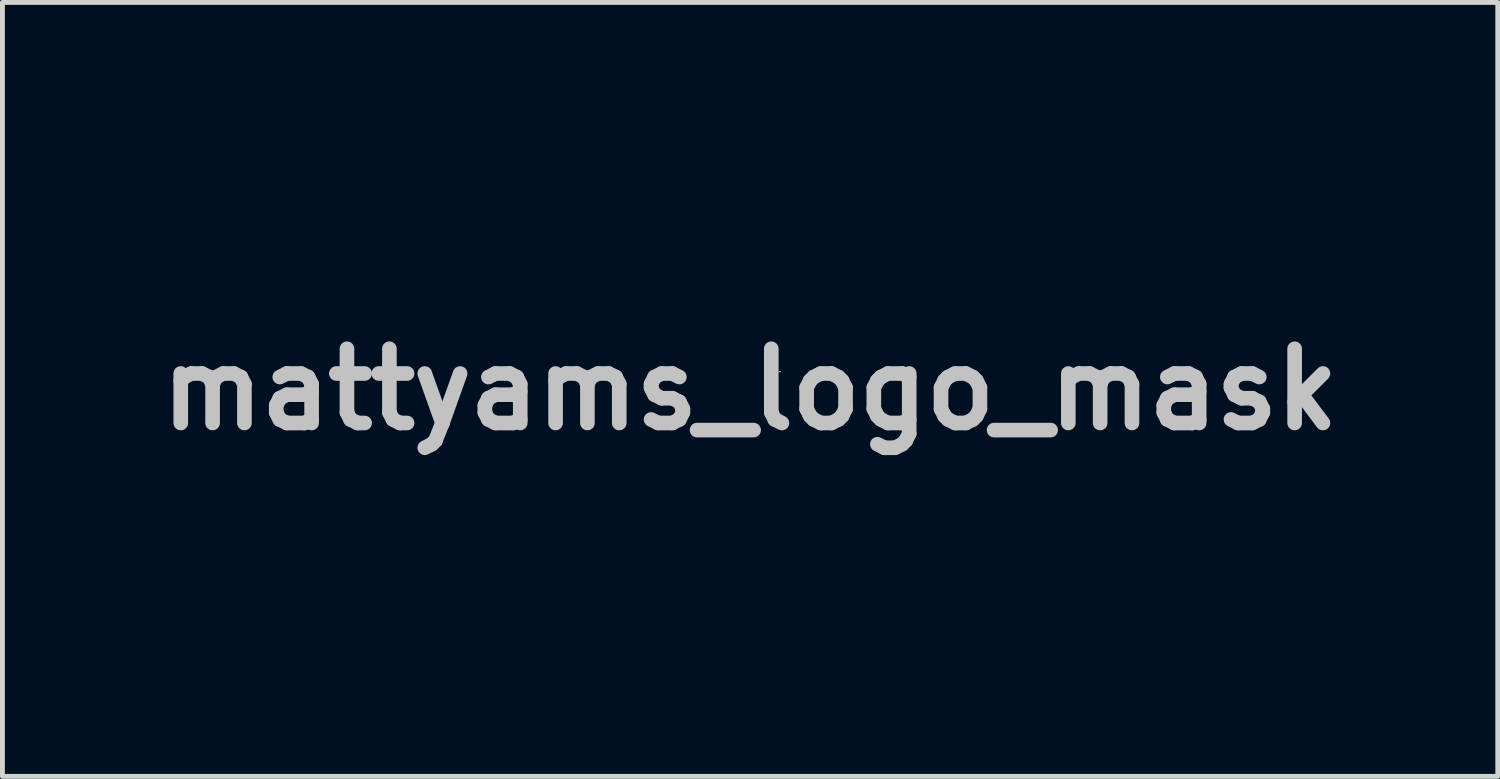
<source format=kicad_pcb>
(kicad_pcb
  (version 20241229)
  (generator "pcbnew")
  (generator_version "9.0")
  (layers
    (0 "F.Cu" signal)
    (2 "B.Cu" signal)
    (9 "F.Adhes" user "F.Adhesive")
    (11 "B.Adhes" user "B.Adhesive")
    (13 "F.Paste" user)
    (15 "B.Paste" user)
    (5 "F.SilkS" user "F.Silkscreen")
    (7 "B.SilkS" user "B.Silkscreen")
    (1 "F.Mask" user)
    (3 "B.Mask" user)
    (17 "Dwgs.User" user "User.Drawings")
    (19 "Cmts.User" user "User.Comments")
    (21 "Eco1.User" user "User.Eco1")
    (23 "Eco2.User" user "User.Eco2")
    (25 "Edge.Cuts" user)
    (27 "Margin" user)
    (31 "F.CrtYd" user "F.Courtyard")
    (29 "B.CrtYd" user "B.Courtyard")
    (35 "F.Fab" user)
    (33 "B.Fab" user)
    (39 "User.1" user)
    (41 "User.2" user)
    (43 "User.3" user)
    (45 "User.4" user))
  (footprint "mattyams_logo_mask"
    (layer "F.Cu")
    (at 12.344 4.942)
    (property "Reference" "mattyams_logo_mask" (at 0 0 0) (layer "Dwgs.User") (effects (font (size 1.524 1.524) (thickness 0.3))))
    (attr through_hole)
    (fp_poly (pts (xy -0.432 3.81) (xy -0.863 3.81) (xy -0.87 4.921) (xy -0.994 4.925) (xy -1.118 4.929) (xy -1.118 3.81) (xy -1.562 3.81) (xy -1.562 3.594) (xy -0.432 3.594) (xy -0.432 3.81)) (stroke (width 0.01) (type solid)) (fill yes) (layer "F.Mask"))
    (fp_poly (pts (xy -2.159 3.81) (xy -2.591 3.81) (xy -2.597 4.921) (xy -2.712 4.925) (xy -2.764 4.926) (xy -2.806 4.924) (xy -2.831 4.921) (xy -2.836 4.92) (xy -2.838 4.905) (xy -2.84 4.868) (xy -2.841 4.811) (xy -2.842 4.737) (xy -2.843 4.647) (xy -2.844 4.546) (xy -2.845 4.435) (xy -2.845 4.361) (xy -2.845 3.811) (xy -3.064 3.807) (xy -3.283 3.804) (xy -3.29 3.594) (xy -2.159 3.594) (xy -2.159 3.81)) (stroke (width 0.01) (type solid)) (fill yes) (layer "F.Mask"))
    (fp_poly (pts (xy 5.471 4.257) (xy 5.467 4.921) (xy 5.239 4.921) (xy 5.232 4.49) (xy 5.226 4.058) (xy 5.012 4.417) (xy 4.798 4.775) (xy 4.69 4.775) (xy 4.472 4.417) (xy 4.255 4.059) (xy 4.255 4.928) (xy 4.142 4.928) (xy 4.091 4.927) (xy 4.05 4.924) (xy 4.026 4.921) (xy 4.022 4.919) (xy 4.02 4.905) (xy 4.019 4.868) (xy 4.017 4.811) (xy 4.016 4.735) (xy 4.015 4.643) (xy 4.014 4.538) (xy 4.013 4.422) (xy 4.013 4.298) (xy 4.013 4.252) (xy 4.013 3.594) (xy 4.228 3.594) (xy 4.487 4.027) (xy 4.561 4.148) (xy 4.622 4.248) (xy 4.671 4.326) (xy 4.709 4.384) (xy 4.736 4.422) (xy 4.752 4.441) (xy 4.758 4.443) (xy 4.767 4.428) (xy 4.787 4.395) (xy 4.817 4.344) (xy 4.855 4.279) (xy 4.9 4.202) (xy 4.951 4.116) (xy 5.006 4.023) (xy 5.012 4.013) (xy 5.255 3.6) (xy 5.364 3.597) (xy 5.474 3.593) (xy 5.471 4.257)) (stroke (width 0.01) (type solid)) (fill yes) (layer "F.Mask"))
    (fp_poly (pts (xy -1.118 -0.817) (xy -1.074 -0.811) (xy -1.021 -0.801) (xy -0.984 -0.792) (xy -0.895 -0.772) (xy -0.805 -0.754) (xy -0.721 -0.74) (xy -0.647 -0.729) (xy -0.59 -0.724) (xy -0.578 -0.724) (xy -0.532 -0.718) (xy -0.485 -0.703) (xy -0.476 -0.7) (xy -0.435 -0.675) (xy -0.394 -0.642) (xy -0.359 -0.607) (xy -0.336 -0.576) (xy -0.33 -0.557) (xy -0.323 -0.528) (xy -0.31 -0.501) (xy -0.297 -0.479) (xy -0.301 -0.467) (xy -0.326 -0.457) (xy -0.329 -0.456) (xy -0.356 -0.442) (xy -0.368 -0.427) (xy -0.368 -0.426) (xy -0.373 -0.412) (xy -0.39 -0.402) (xy -0.421 -0.394) (xy -0.472 -0.389) (xy -0.544 -0.386) (xy -0.552 -0.385) (xy -0.622 -0.384) (xy -0.674 -0.386) (xy -0.715 -0.391) (xy -0.751 -0.402) (xy -0.757 -0.404) (xy -0.858 -0.449) (xy -0.954 -0.514) (xy -1.05 -0.601) (xy -1.067 -0.618) (xy -1.114 -0.67) (xy -1.145 -0.708) (xy -1.163 -0.738) (xy -1.17 -0.764) (xy -1.171 -0.767) (xy -1.172 -0.797) (xy -1.163 -0.811) (xy -1.144 -0.817) (xy -1.118 -0.817)) (stroke (width 0.01) (type solid)) (fill yes) (layer "F.Mask"))
    (fp_poly (pts (xy 0.375 3.595) (xy 0.564 3.913) (xy 0.754 4.231) (xy 0.793 4.167) (xy 0.811 4.138) (xy 0.839 4.091) (xy 0.876 4.03) (xy 0.918 3.96) (xy 0.963 3.884) (xy 0.984 3.849) (xy 1.137 3.595) (xy 1.26 3.595) (xy 1.313 3.595) (xy 1.355 3.597) (xy 1.38 3.599) (xy 1.384 3.601) (xy 1.378 3.613) (xy 1.36 3.644) (xy 1.331 3.692) (xy 1.294 3.755) (xy 1.249 3.83) (xy 1.198 3.915) (xy 1.143 4.007) (xy 1.131 4.027) (xy 0.877 4.446) (xy 0.873 4.684) (xy 0.87 4.921) (xy 0.755 4.925) (xy 0.703 4.926) (xy 0.661 4.924) (xy 0.636 4.921) (xy 0.631 4.92) (xy 0.628 4.905) (xy 0.626 4.868) (xy 0.624 4.815) (xy 0.623 4.75) (xy 0.622 4.684) (xy 0.622 4.458) (xy 0.367 4.036) (xy 0.31 3.942) (xy 0.258 3.855) (xy 0.21 3.777) (xy 0.17 3.71) (xy 0.139 3.658) (xy 0.117 3.622) (xy 0.107 3.605) (xy 0.106 3.604) (xy 0.115 3.6) (xy 0.145 3.597) (xy 0.191 3.595) (xy 0.237 3.594) (xy 0.375 3.595)) (stroke (width 0.01) (type solid)) (fill yes) (layer "F.Mask"))
    (fp_poly (pts (xy -6.936 4.026) (xy -6.879 4.121) (xy -6.826 4.208) (xy -6.779 4.286) (xy -6.739 4.352) (xy -6.707 4.404) (xy -6.685 4.44) (xy -6.675 4.457) (xy -6.674 4.458) (xy -6.667 4.447) (xy -6.649 4.417) (xy -6.62 4.37) (xy -6.583 4.307) (xy -6.539 4.232) (xy -6.489 4.147) (xy -6.435 4.054) (xy -6.418 4.026) (xy -6.166 3.595) (xy -6.062 3.594) (xy -5.957 3.594) (xy -5.954 3.807) (xy -5.953 3.872) (xy -5.952 3.958) (xy -5.951 4.06) (xy -5.95 4.171) (xy -5.95 4.289) (xy -5.95 4.407) (xy -5.95 4.47) (xy -5.95 4.921) (xy -6.067 4.925) (xy -6.185 4.929) (xy -6.187 4.836) (xy -6.187 4.798) (xy -6.189 4.739) (xy -6.19 4.663) (xy -6.192 4.577) (xy -6.194 4.483) (xy -6.196 4.409) (xy -6.204 4.075) (xy -6.413 4.426) (xy -6.623 4.776) (xy -6.679 4.773) (xy -6.736 4.769) (xy -6.946 4.423) (xy -7.156 4.076) (xy -7.163 4.499) (xy -7.169 4.921) (xy -7.278 4.925) (xy -7.328 4.926) (xy -7.368 4.924) (xy -7.392 4.921) (xy -7.395 4.92) (xy -7.397 4.906) (xy -7.399 4.868) (xy -7.4 4.811) (xy -7.401 4.735) (xy -7.402 4.643) (xy -7.403 4.538) (xy -7.404 4.422) (xy -7.404 4.298) (xy -7.404 4.252) (xy -7.404 3.594) (xy -7.194 3.594) (xy -6.936 4.026)) (stroke (width 0.01) (type solid)) (fill yes) (layer "F.Mask"))
    (fp_poly (pts (xy -4.079 4.246) (xy -4.025 4.367) (xy -3.973 4.481) (xy -3.926 4.587) (xy -3.885 4.681) (xy -3.849 4.762) (xy -3.82 4.828) (xy -3.799 4.877) (xy -3.787 4.906) (xy -3.785 4.914) (xy -3.794 4.921) (xy -3.823 4.925) (xy -3.874 4.926) (xy -3.913 4.925) (xy -4.041 4.921) (xy -4.174 4.616) (xy -4.83 4.616) (xy -4.895 4.769) (xy -4.96 4.921) (xy -5.083 4.925) (xy -5.136 4.925) (xy -5.179 4.924) (xy -5.205 4.921) (xy -5.211 4.919) (xy -5.207 4.905) (xy -5.194 4.871) (xy -5.171 4.818) (xy -5.141 4.748) (xy -5.105 4.664) (xy -5.062 4.567) (xy -5.014 4.459) (xy -4.997 4.42) (xy -4.749 4.42) (xy -4.502 4.42) (xy -4.426 4.419) (xy -4.359 4.419) (xy -4.306 4.418) (xy -4.27 4.417) (xy -4.255 4.415) (xy -4.255 4.415) (xy -4.259 4.402) (xy -4.273 4.371) (xy -4.293 4.323) (xy -4.318 4.264) (xy -4.347 4.198) (xy -4.378 4.128) (xy -4.408 4.058) (xy -4.437 3.993) (xy -4.462 3.936) (xy -4.482 3.891) (xy -4.495 3.862) (xy -4.5 3.852) (xy -4.506 3.862) (xy -4.52 3.891) (xy -4.541 3.936) (xy -4.566 3.992) (xy -4.582 4.029) (xy -4.613 4.102) (xy -4.645 4.178) (xy -4.675 4.247) (xy -4.699 4.303) (xy -4.704 4.315) (xy -4.749 4.42) (xy -4.997 4.42) (xy -4.962 4.343) (xy -4.923 4.255) (xy -4.628 3.6) (xy -4.501 3.597) (xy -4.374 3.593) (xy -4.079 4.246)) (stroke (width 0.01) (type solid)) (fill yes) (layer "F.Mask"))
    (fp_poly (pts (xy 2.991 4.255) (xy 3.045 4.375) (xy 3.096 4.489) (xy 3.143 4.594) (xy 3.184 4.688) (xy 3.219 4.769) (xy 3.247 4.834) (xy 3.267 4.882) (xy 3.279 4.911) (xy 3.281 4.918) (xy 3.266 4.922) (xy 3.233 4.925) (xy 3.185 4.927) (xy 3.155 4.928) (xy 3.107 4.928) (xy 3.071 4.926) (xy 3.045 4.919) (xy 3.025 4.904) (xy 3.006 4.877) (xy 2.986 4.835) (xy 2.961 4.775) (xy 2.946 4.74) (xy 2.892 4.61) (xy 2.238 4.61) (xy 2.178 4.753) (xy 2.153 4.81) (xy 2.132 4.859) (xy 2.115 4.894) (xy 2.105 4.912) (xy 2.105 4.912) (xy 2.085 4.921) (xy 2.04 4.926) (xy 1.973 4.928) (xy 1.913 4.927) (xy 1.875 4.923) (xy 1.857 4.917) (xy 1.854 4.912) (xy 1.859 4.897) (xy 1.874 4.862) (xy 1.897 4.808) (xy 1.928 4.737) (xy 1.966 4.652) (xy 2.009 4.554) (xy 2.057 4.446) (xy 2.075 4.407) (xy 2.325 4.407) (xy 2.804 4.407) (xy 2.688 4.134) (xy 2.655 4.057) (xy 2.625 3.988) (xy 2.599 3.931) (xy 2.58 3.889) (xy 2.568 3.865) (xy 2.565 3.861) (xy 2.558 3.872) (xy 2.543 3.902) (xy 2.522 3.948) (xy 2.497 4.004) (xy 2.487 4.029) (xy 2.456 4.101) (xy 2.424 4.175) (xy 2.395 4.244) (xy 2.372 4.298) (xy 2.37 4.302) (xy 2.325 4.407) (xy 2.075 4.407) (xy 2.109 4.33) (xy 2.146 4.248) (xy 2.437 3.6) (xy 2.695 3.6) (xy 2.991 4.255)) (stroke (width 0.01) (type solid)) (fill yes) (layer "F.Mask"))
    (fp_poly (pts (xy 1.158 -0.836) (xy 1.181 -0.823) (xy 1.201 -0.802) (xy 1.204 -0.796) (xy 1.214 -0.767) (xy 1.209 -0.743) (xy 1.199 -0.726) (xy 1.166 -0.684) (xy 1.119 -0.633) (xy 1.064 -0.58) (xy 1.005 -0.529) (xy 0.95 -0.485) (xy 0.904 -0.455) (xy 0.895 -0.45) (xy 0.856 -0.43) (xy 0.827 -0.413) (xy 0.815 -0.404) (xy 0.802 -0.4) (xy 0.793 -0.402) (xy 0.777 -0.402) (xy 0.775 -0.396) (xy 0.765 -0.389) (xy 0.749 -0.39) (xy 0.729 -0.391) (xy 0.724 -0.386) (xy 0.712 -0.381) (xy 0.68 -0.377) (xy 0.634 -0.375) (xy 0.603 -0.375) (xy 0.551 -0.376) (xy 0.511 -0.379) (xy 0.487 -0.383) (xy 0.483 -0.386) (xy 0.472 -0.391) (xy 0.45 -0.388) (xy 0.428 -0.386) (xy 0.424 -0.392) (xy 0.418 -0.402) (xy 0.394 -0.41) (xy 0.389 -0.412) (xy 0.348 -0.425) (xy 0.325 -0.45) (xy 0.314 -0.482) (xy 0.317 -0.513) (xy 0.338 -0.553) (xy 0.371 -0.597) (xy 0.412 -0.639) (xy 0.456 -0.676) (xy 0.498 -0.701) (xy 0.535 -0.711) (xy 0.536 -0.711) (xy 0.555 -0.717) (xy 0.559 -0.723) (xy 0.57 -0.728) (xy 0.6 -0.73) (xy 0.632 -0.728) (xy 0.672 -0.726) (xy 0.69 -0.728) (xy 0.687 -0.735) (xy 0.686 -0.735) (xy 0.681 -0.743) (xy 0.696 -0.744) (xy 0.729 -0.741) (xy 0.767 -0.738) (xy 0.783 -0.741) (xy 0.783 -0.747) (xy 0.786 -0.755) (xy 0.811 -0.755) (xy 0.822 -0.754) (xy 0.851 -0.751) (xy 0.858 -0.755) (xy 0.851 -0.761) (xy 0.844 -0.769) (xy 0.857 -0.769) (xy 0.875 -0.766) (xy 0.904 -0.763) (xy 0.911 -0.769) (xy 0.909 -0.773) (xy 0.911 -0.781) (xy 0.933 -0.78) (xy 0.941 -0.779) (xy 0.968 -0.776) (xy 0.974 -0.782) (xy 0.972 -0.786) (xy 0.972 -0.796) (xy 0.992 -0.794) (xy 0.996 -0.793) (xy 1.021 -0.791) (xy 1.029 -0.798) (xy 1.039 -0.805) (xy 1.054 -0.804) (xy 1.074 -0.804) (xy 1.079 -0.81) (xy 1.09 -0.818) (xy 1.105 -0.816) (xy 1.126 -0.817) (xy 1.13 -0.825) (xy 1.138 -0.837) (xy 1.158 -0.836)) (stroke (width 0.01) (type solid)) (fill yes) (layer "F.Mask"))
    (fp_poly (pts (xy 6.923 3.573) (xy 7.007 3.586) (xy 7.091 3.604) (xy 7.167 3.628) (xy 7.23 3.654) (xy 7.253 3.667) (xy 7.287 3.689) (xy 7.249 3.785) (xy 7.231 3.829) (xy 7.217 3.863) (xy 7.209 3.882) (xy 7.208 3.883) (xy 7.196 3.88) (xy 7.168 3.868) (xy 7.139 3.854) (xy 7.051 3.82) (xy 6.955 3.797) (xy 6.857 3.786) (xy 6.766 3.787) (xy 6.702 3.798) (xy 6.651 3.82) (xy 6.606 3.855) (xy 6.573 3.895) (xy 6.561 3.925) (xy 6.562 3.98) (xy 6.586 4.03) (xy 6.629 4.07) (xy 6.641 4.076) (xy 6.673 4.09) (xy 6.723 4.107) (xy 6.785 4.126) (xy 6.851 4.145) (xy 6.855 4.146) (xy 6.959 4.174) (xy 7.041 4.2) (xy 7.106 4.224) (xy 7.158 4.247) (xy 7.199 4.271) (xy 7.211 4.279) (xy 7.275 4.34) (xy 7.317 4.411) (xy 7.338 4.496) (xy 7.341 4.541) (xy 7.329 4.634) (xy 7.296 4.716) (xy 7.243 4.787) (xy 7.171 4.845) (xy 7.083 4.891) (xy 6.979 4.922) (xy 6.863 4.937) (xy 6.735 4.937) (xy 6.646 4.928) (xy 6.577 4.914) (xy 6.507 4.894) (xy 6.44 4.871) (xy 6.38 4.845) (xy 6.331 4.818) (xy 6.299 4.793) (xy 6.287 4.771) (xy 6.287 4.771) (xy 6.291 4.751) (xy 6.305 4.716) (xy 6.323 4.673) (xy 6.324 4.67) (xy 6.362 4.588) (xy 6.469 4.641) (xy 6.571 4.686) (xy 6.668 4.712) (xy 6.771 4.724) (xy 6.812 4.724) (xy 6.897 4.72) (xy 6.962 4.706) (xy 7.013 4.681) (xy 7.045 4.655) (xy 7.073 4.62) (xy 7.085 4.587) (xy 7.087 4.562) (xy 7.082 4.522) (xy 7.066 4.487) (xy 7.035 4.458) (xy 6.989 4.431) (xy 6.923 4.406) (xy 6.835 4.38) (xy 6.792 4.369) (xy 6.663 4.333) (xy 6.557 4.296) (xy 6.472 4.257) (xy 6.408 4.213) (xy 6.361 4.164) (xy 6.33 4.108) (xy 6.313 4.042) (xy 6.309 3.978) (xy 6.32 3.882) (xy 6.353 3.796) (xy 6.406 3.723) (xy 6.479 3.663) (xy 6.57 3.616) (xy 6.677 3.585) (xy 6.799 3.57) (xy 6.846 3.569) (xy 6.923 3.573)) (stroke (width 0.01) (type solid)) (fill yes) (layer "F.Mask"))
    (fp_poly (pts (xy 2.404 -0.369) (xy 2.405 -0.335) (xy 2.405 -0.282) (xy 2.405 -0.214) (xy 2.404 -0.133) (xy 2.403 -0.054) (xy 2.397 0.273) (xy 3.115 0.819) (xy 3.234 0.909) (xy 3.346 0.995) (xy 3.451 1.076) (xy 3.546 1.15) (xy 3.63 1.215) (xy 3.702 1.271) (xy 3.759 1.317) (xy 3.801 1.351) (xy 3.825 1.372) (xy 3.83 1.378) (xy 3.818 1.385) (xy 3.784 1.397) (xy 3.733 1.414) (xy 3.668 1.434) (xy 3.593 1.455) (xy 3.561 1.464) (xy 3.396 1.511) (xy 3.253 1.554) (xy 3.128 1.593) (xy 3.02 1.63) (xy 2.924 1.667) (xy 2.838 1.704) (xy 2.76 1.742) (xy 2.686 1.784) (xy 2.613 1.828) (xy 2.604 1.834) (xy 2.518 1.89) (xy 2.644 2.458) (xy 2.591 2.543) (xy 2.563 2.586) (xy 2.542 2.612) (xy 2.523 2.626) (xy 2.499 2.632) (xy 2.485 2.634) (xy 2.459 2.636) (xy 2.412 2.638) (xy 2.346 2.64) (xy 2.266 2.642) (xy 2.174 2.645) (xy 2.075 2.647) (xy 2.026 2.648) (xy 1.91 2.65) (xy 1.789 2.652) (xy 1.667 2.655) (xy 1.552 2.658) (xy 1.449 2.66) (xy 1.365 2.663) (xy 1.359 2.663) (xy 1.271 2.665) (xy 1.205 2.667) (xy 1.159 2.667) (xy 1.13 2.665) (xy 1.115 2.662) (xy 1.111 2.657) (xy 1.113 2.653) (xy 1.123 2.639) (xy 1.147 2.607) (xy 1.182 2.559) (xy 1.228 2.497) (xy 1.281 2.424) (xy 1.342 2.341) (xy 1.407 2.252) (xy 1.477 2.157) (xy 1.548 2.06) (xy 1.619 1.963) (xy 1.689 1.867) (xy 1.756 1.775) (xy 1.819 1.689) (xy 1.876 1.612) (xy 1.925 1.545) (xy 1.964 1.49) (xy 1.993 1.451) (xy 2.009 1.429) (xy 2.012 1.424) (xy 2.002 1.427) (xy 1.972 1.44) (xy 1.923 1.462) (xy 1.858 1.492) (xy 1.778 1.529) (xy 1.686 1.573) (xy 1.584 1.621) (xy 1.474 1.674) (xy 1.451 1.685) (xy 1.332 1.742) (xy 1.214 1.799) (xy 1.1 1.853) (xy 0.993 1.904) (xy 0.897 1.95) (xy 0.815 1.99) (xy 0.75 2.021) (xy 0.708 2.041) (xy 0.647 2.07) (xy 0.594 2.093) (xy 0.553 2.109) (xy 0.529 2.116) (xy 0.525 2.116) (xy 0.528 2.103) (xy 0.545 2.079) (xy 0.567 2.054) (xy 0.585 2.035) (xy 0.619 2) (xy 0.666 1.949) (xy 0.726 1.885) (xy 0.797 1.81) (xy 0.876 1.726) (xy 0.963 1.634) (xy 1.055 1.535) (xy 1.149 1.435) (xy 1.245 1.333) (xy 1.337 1.235) (xy 1.423 1.143) (xy 1.502 1.06) (xy 1.572 0.985) (xy 1.631 0.923) (xy 1.677 0.873) (xy 1.71 0.839) (xy 1.727 0.821) (xy 1.774 0.773) (xy 2.14 1.052) (xy 2.507 1.332) (xy 2.596 1.339) (xy 2.633 1.341) (xy 2.69 1.344) (xy 2.762 1.346) (xy 2.847 1.35) (xy 2.942 1.353) (xy 3.044 1.356) (xy 3.149 1.359) (xy 3.254 1.362) (xy 3.356 1.364) (xy 3.452 1.367) (xy 3.539 1.369) (xy 3.614 1.37) (xy 3.673 1.371) (xy 3.714 1.371) (xy 3.732 1.37) (xy 3.733 1.37) (xy 3.724 1.366) (xy 3.692 1.358) (xy 3.639 1.345) (xy 3.569 1.328) (xy 3.482 1.308) (xy 3.381 1.285) (xy 3.267 1.259) (xy 3.144 1.231) (xy 3.038 1.208) (xy 2.328 1.051) (xy 2.155 0.773) (xy 1.982 0.494) (xy 2.188 0.057) (xy 2.234 -0.041) (xy 2.277 -0.131) (xy 2.316 -0.211) (xy 2.349 -0.279) (xy 2.375 -0.331) (xy 2.393 -0.366) (xy 2.401 -0.38) (xy 2.402 -0.381) (xy 2.404 -0.369)) (stroke (width 0.01) (type solid)) (fill yes) (layer "F.Mask"))
    (fp_poly (pts (xy -2.491 -0.353) (xy -2.474 -0.321) (xy -2.448 -0.271) (xy -2.416 -0.205) (xy -2.377 -0.126) (xy -2.335 -0.038) (xy -2.289 0.058) (xy -2.285 0.066) (xy -2.083 0.493) (xy -2.254 0.77) (xy -2.302 0.846) (xy -2.346 0.914) (xy -2.385 0.972) (xy -2.416 1.017) (xy -2.438 1.045) (xy -2.448 1.055) (xy -2.464 1.059) (xy -2.503 1.068) (xy -2.562 1.081) (xy -2.639 1.098) (xy -2.731 1.119) (xy -2.836 1.142) (xy -2.953 1.168) (xy -3.077 1.196) (xy -3.159 1.213) (xy -3.287 1.241) (xy -3.407 1.268) (xy -3.516 1.293) (xy -3.614 1.315) (xy -3.697 1.334) (xy -3.763 1.349) (xy -3.811 1.361) (xy -3.837 1.368) (xy -3.842 1.37) (xy -3.828 1.37) (xy -3.792 1.371) (xy -3.738 1.37) (xy -3.667 1.369) (xy -3.583 1.367) (xy -3.489 1.365) (xy -3.389 1.362) (xy -3.284 1.359) (xy -3.18 1.356) (xy -3.078 1.353) (xy -2.981 1.35) (xy -2.894 1.347) (xy -2.818 1.344) (xy -2.757 1.341) (xy -2.715 1.339) (xy -2.711 1.339) (xy -2.61 1.332) (xy -2.235 1.028) (xy -2.151 0.96) (xy -2.073 0.898) (xy -2.004 0.843) (xy -1.945 0.796) (xy -1.898 0.761) (xy -1.867 0.737) (xy -1.853 0.728) (xy -1.852 0.728) (xy -1.842 0.737) (xy -1.817 0.764) (xy -1.778 0.807) (xy -1.728 0.863) (xy -1.667 0.93) (xy -1.597 1.008) (xy -1.52 1.093) (xy -1.438 1.185) (xy -1.352 1.282) (xy -1.264 1.381) (xy -1.175 1.48) (xy -1.087 1.579) (xy -1.002 1.675) (xy -0.921 1.766) (xy -0.846 1.851) (xy -0.778 1.928) (xy -0.72 1.994) (xy -0.672 2.049) (xy -0.637 2.09) (xy -0.616 2.115) (xy -0.61 2.123) (xy -0.61 2.126) (xy -0.612 2.127) (xy -0.617 2.127) (xy -0.628 2.124) (xy -0.645 2.117) (xy -0.67 2.106) (xy -0.705 2.09) (xy -0.751 2.069) (xy -0.81 2.041) (xy -0.884 2.006) (xy -0.974 1.963) (xy -1.082 1.911) (xy -1.209 1.85) (xy -1.357 1.779) (xy -1.383 1.766) (xy -1.509 1.706) (xy -1.628 1.649) (xy -1.738 1.597) (xy -1.837 1.55) (xy -1.924 1.509) (xy -1.996 1.475) (xy -2.051 1.45) (xy -2.088 1.433) (xy -2.104 1.427) (xy -2.104 1.427) (xy -2.098 1.438) (xy -2.077 1.467) (xy -2.045 1.513) (xy -2.001 1.575) (xy -1.947 1.649) (xy -1.885 1.735) (xy -1.815 1.831) (xy -1.739 1.935) (xy -1.664 2.038) (xy -1.584 2.148) (xy -1.508 2.251) (xy -1.438 2.347) (xy -1.376 2.433) (xy -1.322 2.508) (xy -1.278 2.57) (xy -1.246 2.616) (xy -1.226 2.645) (xy -1.219 2.656) (xy -1.221 2.659) (xy -1.228 2.661) (xy -1.241 2.663) (xy -1.262 2.664) (xy -1.294 2.664) (xy -1.338 2.664) (xy -1.395 2.664) (xy -1.468 2.662) (xy -1.558 2.66) (xy -1.667 2.658) (xy -1.797 2.654) (xy -1.95 2.65) (xy -2.045 2.648) (xy -2.16 2.645) (xy -2.268 2.642) (xy -2.365 2.639) (xy -2.448 2.636) (xy -2.516 2.634) (xy -2.565 2.632) (xy -2.593 2.631) (xy -2.599 2.631) (xy -2.606 2.62) (xy -2.623 2.592) (xy -2.649 2.552) (xy -2.673 2.514) (xy -2.746 2.399) (xy -2.682 2.145) (xy -2.619 1.89) (xy -2.703 1.836) (xy -2.79 1.784) (xy -2.89 1.73) (xy -2.995 1.68) (xy -3.095 1.636) (xy -3.15 1.616) (xy -3.194 1.601) (xy -3.258 1.581) (xy -3.336 1.558) (xy -3.422 1.534) (xy -3.511 1.509) (xy -3.543 1.5) (xy -3.658 1.468) (xy -3.75 1.442) (xy -3.821 1.421) (xy -3.874 1.404) (xy -3.909 1.391) (xy -3.929 1.382) (xy -3.936 1.374) (xy -3.936 1.374) (xy -3.926 1.365) (xy -3.898 1.342) (xy -3.852 1.306) (xy -3.791 1.259) (xy -3.716 1.201) (xy -3.629 1.134) (xy -3.532 1.059) (xy -3.425 0.978) (xy -3.311 0.891) (xy -3.217 0.819) (xy -2.498 0.273) (xy -2.505 -0.048) (xy -2.506 -0.148) (xy -2.507 -0.231) (xy -2.506 -0.297) (xy -2.504 -0.341) (xy -2.501 -0.363) (xy -2.499 -0.365) (xy -2.491 -0.353)) (stroke (width 0.01) (type solid)) (fill yes) (layer "F.Mask"))
    (fp_poly (pts (xy 0.171 -4.294) (xy 0.291 -4.247) (xy 0.317 -4.233) (xy 0.415 -4.175) (xy 0.522 -4.105) (xy 0.633 -4.027) (xy 0.739 -3.947) (xy 0.749 -3.939) (xy 0.803 -3.894) (xy 0.863 -3.841) (xy 0.927 -3.782) (xy 0.993 -3.719) (xy 1.059 -3.654) (xy 1.122 -3.59) (xy 1.179 -3.53) (xy 1.229 -3.476) (xy 1.268 -3.431) (xy 1.294 -3.396) (xy 1.306 -3.375) (xy 1.305 -3.371) (xy 1.291 -3.372) (xy 1.26 -3.382) (xy 1.216 -3.397) (xy 1.199 -3.404) (xy 1.04 -3.457) (xy 0.869 -3.496) (xy 0.694 -3.518) (xy 0.524 -3.524) (xy 0.425 -3.518) (xy 0.372 -3.512) (xy 0.309 -3.502) (xy 0.242 -3.49) (xy 0.176 -3.477) (xy 0.117 -3.464) (xy 0.069 -3.452) (xy 0.038 -3.442) (xy 0.029 -3.437) (xy 0.038 -3.433) (xy 0.065 -3.428) (xy 0.092 -3.424) (xy 0.167 -3.411) (xy 0.259 -3.392) (xy 0.361 -3.367) (xy 0.467 -3.339) (xy 0.569 -3.308) (xy 0.597 -3.299) (xy 0.872 -3.197) (xy 1.133 -3.075) (xy 1.379 -2.932) (xy 1.609 -2.769) (xy 1.823 -2.588) (xy 1.854 -2.559) (xy 1.879 -2.532) (xy 1.901 -2.504) (xy 1.923 -2.471) (xy 1.948 -2.429) (xy 1.977 -2.374) (xy 2.014 -2.302) (xy 2.035 -2.259) (xy 2.142 -2.033) (xy 2.232 -1.818) (xy 2.307 -1.608) (xy 2.37 -1.397) (xy 2.42 -1.192) (xy 2.441 -1.094) (xy 2.183 -0.369) (xy 2.137 -0.24) (xy 2.094 -0.118) (xy 2.053 -0.006) (xy 2.017 0.095) (xy 1.985 0.183) (xy 1.958 0.255) (xy 1.938 0.309) (xy 1.924 0.343) (xy 1.918 0.356) (xy 1.918 0.356) (xy 1.913 0.344) (xy 1.907 0.312) (xy 1.899 0.266) (xy 1.895 0.233) (xy 1.861 0.033) (xy 1.81 -0.175) (xy 1.743 -0.387) (xy 1.663 -0.595) (xy 1.573 -0.793) (xy 1.506 -0.918) (xy 1.376 -1.126) (xy 1.229 -1.314) (xy 1.067 -1.481) (xy 0.891 -1.629) (xy 0.7 -1.756) (xy 0.495 -1.861) (xy 0.276 -1.946) (xy 0.267 -1.949) (xy 0.161 -1.978) (xy 0.064 -1.994) (xy -0.031 -1.996) (xy -0.129 -1.984) (xy -0.237 -1.958) (xy -0.347 -1.922) (xy -0.552 -1.835) (xy -0.746 -1.726) (xy -0.929 -1.595) (xy -1.1 -1.443) (xy -1.257 -1.272) (xy -1.399 -1.082) (xy -1.526 -0.875) (xy -1.628 -0.67) (xy -1.698 -0.498) (xy -1.762 -0.31) (xy -1.818 -0.113) (xy -1.864 0.083) (xy -1.897 0.27) (xy -1.898 0.283) (xy -1.905 0.318) (xy -1.913 0.339) (xy -1.917 0.343) (xy -1.923 0.331) (xy -1.936 0.298) (xy -1.957 0.246) (xy -1.982 0.177) (xy -2.013 0.094) (xy -2.047 -0.000152) (xy -2.085 -0.104) (xy -2.108 -0.168) (xy -2.289 -0.679) (xy -2.267 -0.749) (xy -2.232 -0.838) (xy -2.182 -0.941) (xy -2.117 -1.054) (xy -2.041 -1.172) (xy -1.955 -1.292) (xy -1.884 -1.384) (xy -1.838 -1.439) (xy -1.777 -1.506) (xy -1.706 -1.583) (xy -1.627 -1.665) (xy -1.546 -1.748) (xy -1.465 -1.829) (xy -1.389 -1.903) (xy -1.321 -1.966) (xy -1.283 -2.001) (xy -1.239 -2.04) (xy -1.204 -2.073) (xy -1.181 -2.096) (xy -1.174 -2.106) (xy -1.174 -2.106) (xy -1.19 -2.106) (xy -1.224 -2.098) (xy -1.271 -2.083) (xy -1.325 -2.064) (xy -1.382 -2.043) (xy -1.435 -2.02) (xy -1.466 -2.005) (xy -1.626 -1.914) (xy -1.787 -1.799) (xy -1.945 -1.664) (xy -2.097 -1.51) (xy -2.122 -1.484) (xy -2.172 -1.426) (xy -2.224 -1.364) (xy -2.276 -1.3) (xy -2.324 -1.239) (xy -2.363 -1.187) (xy -2.391 -1.147) (xy -2.399 -1.134) (xy -2.412 -1.115) (xy -2.419 -1.12) (xy -2.419 -1.146) (xy -2.413 -1.193) (xy -2.4 -1.258) (xy -2.395 -1.279) (xy -2.326 -1.532) (xy -2.235 -1.793) (xy -2.126 -2.058) (xy -1.998 -2.325) (xy -1.854 -2.59) (xy -1.695 -2.85) (xy -1.523 -3.102) (xy -1.34 -3.342) (xy -1.313 -3.375) (xy -1.244 -3.456) (xy -1.161 -3.546) (xy -1.071 -3.639) (xy -0.978 -3.731) (xy -0.887 -3.817) (xy -0.804 -3.891) (xy -0.758 -3.929) (xy -0.659 -4.005) (xy -0.552 -4.082) (xy -0.446 -4.153) (xy -0.348 -4.214) (xy -0.313 -4.234) (xy -0.195 -4.286) (xy -0.074 -4.314) (xy 0.049 -4.316) (xy 0.171 -4.294)) (stroke (width 0.01) (type solid)) (fill yes) (layer "F.Mask"))
    (fp_poly (pts (xy 0.16 -4.924) (xy 0.317 -4.888) (xy 0.473 -4.831) (xy 0.634 -4.75) (xy 0.639 -4.746) (xy 0.899 -4.584) (xy 1.149 -4.397) (xy 1.389 -4.188) (xy 1.62 -3.955) (xy 1.84 -3.7) (xy 2.051 -3.421) (xy 2.252 -3.121) (xy 2.442 -2.797) (xy 2.594 -2.508) (xy 2.727 -2.221) (xy 2.84 -1.935) (xy 2.932 -1.647) (xy 3.006 -1.353) (xy 3.061 -1.05) (xy 3.098 -0.734) (xy 3.119 -0.402) (xy 3.12 -0.389) (xy 3.128 -0.151) (xy 4.345 0.776) (xy 4.5 0.894) (xy 4.65 1.008) (xy 4.792 1.117) (xy 4.927 1.22) (xy 5.052 1.316) (xy 5.167 1.404) (xy 5.27 1.483) (xy 5.36 1.552) (xy 5.435 1.61) (xy 5.495 1.656) (xy 5.538 1.69) (xy 5.563 1.71) (xy 5.569 1.715) (xy 5.566 1.725) (xy 5.557 1.727) (xy 5.524 1.728) (xy 5.471 1.731) (xy 5.4 1.736) (xy 5.317 1.743) (xy 5.225 1.75) (xy 5.128 1.758) (xy 5.031 1.766) (xy 4.938 1.774) (xy 4.852 1.782) (xy 4.779 1.789) (xy 4.722 1.795) (xy 4.693 1.798) (xy 4.466 1.842) (xy 4.246 1.909) (xy 4.036 1.998) (xy 3.836 2.109) (xy 3.649 2.239) (xy 3.476 2.388) (xy 3.319 2.554) (xy 3.179 2.737) (xy 3.058 2.934) (xy 3.01 3.029) (xy 2.983 3.086) (xy 2.958 3.14) (xy 2.938 3.183) (xy 2.929 3.204) (xy 2.91 3.251) (xy 2.823 3.251) (xy 2.799 3.252) (xy 2.75 3.253) (xy 2.68 3.254) (xy 2.591 3.256) (xy 2.483 3.258) (xy 2.359 3.261) (xy 2.221 3.265) (xy 2.07 3.268) (xy 1.908 3.272) (xy 1.738 3.276) (xy 1.561 3.28) (xy 1.454 3.283) (xy 1.223 3.289) (xy 1.015 3.294) (xy 0.827 3.298) (xy 0.656 3.302) (xy 0.5 3.305) (xy 0.355 3.307) (xy 0.22 3.309) (xy 0.091 3.31) (xy -0.035 3.311) (xy -0.16 3.31) (xy -0.286 3.31) (xy -0.417 3.308) (xy -0.555 3.306) (xy -0.704 3.303) (xy -0.865 3.3) (xy -1.041 3.296) (xy -1.236 3.291) (xy -1.451 3.286) (xy -1.6 3.282) (xy -1.772 3.278) (xy -1.939 3.273) (xy -2.099 3.269) (xy -2.249 3.265) (xy -2.387 3.262) (xy -2.513 3.259) (xy -2.623 3.256) (xy -2.715 3.253) (xy -2.788 3.251) (xy -2.84 3.25) (xy -2.868 3.249) (xy -2.868 3.249) (xy -2.974 3.245) (xy -3.04 3.099) (xy -3.152 2.882) (xy -3.282 2.682) (xy -3.43 2.499) (xy -3.596 2.335) (xy -3.777 2.189) (xy -3.975 2.063) (xy -4.097 1.999) (xy -4.209 1.948) (xy -4.319 1.904) (xy -4.429 1.868) (xy -4.546 1.838) (xy -4.671 1.814) (xy -4.811 1.793) (xy -4.969 1.776) (xy -5.099 1.766) (xy -5.195 1.758) (xy -5.288 1.751) (xy -5.374 1.745) (xy -5.449 1.739) (xy -5.506 1.734) (xy -5.534 1.732) (xy -5.581 1.727) (xy -5.615 1.721) (xy -5.631 1.715) (xy -5.632 1.713) (xy -5.621 1.705) (xy -5.591 1.681) (xy -5.544 1.644) (xy -5.48 1.595) (xy -5.415 1.545) (xy -5.036 1.545) (xy -5.035 1.55) (xy -5.031 1.552) (xy -5.006 1.556) (xy -4.961 1.562) (xy -4.904 1.568) (xy -4.84 1.574) (xy -4.839 1.574) (xy -4.6 1.608) (xy -4.367 1.665) (xy -4.14 1.747) (xy -3.922 1.85) (xy -3.714 1.975) (xy -3.52 2.121) (xy -3.353 2.273) (xy -3.192 2.45) (xy -3.05 2.642) (xy -2.925 2.852) (xy -2.89 2.919) (xy -2.865 2.967) (xy -2.843 3.006) (xy -2.828 3.031) (xy -2.822 3.036) (xy -2.801 3.038) (xy -2.756 3.039) (xy -2.69 3.041) (xy -2.605 3.044) (xy -2.502 3.047) (xy -2.385 3.05) (xy -2.255 3.053) (xy -2.114 3.056) (xy -1.964 3.06) (xy -1.808 3.063) (xy -1.647 3.067) (xy -1.484 3.071) (xy -1.321 3.074) (xy -1.159 3.078) (xy -1.001 3.081) (xy -0.849 3.084) (xy -0.705 3.087) (xy -0.572 3.09) (xy -0.45 3.092) (xy -0.343 3.094) (xy -0.252 3.095) (xy -0.179 3.096) (xy -0.127 3.097) (xy -0.127 3.097) (xy -0.051 3.097) (xy 0.048 3.096) (xy 0.167 3.094) (xy 0.304 3.092) (xy 0.455 3.09) (xy 0.619 3.087) (xy 0.792 3.084) (xy 0.973 3.08) (xy 1.158 3.076) (xy 1.345 3.072) (xy 1.53 3.067) (xy 1.705 3.063) (xy 1.872 3.059) (xy 2.03 3.055) (xy 2.178 3.051) (xy 2.313 3.048) (xy 2.433 3.044) (xy 2.538 3.042) (xy 2.625 3.04) (xy 2.692 3.038) (xy 2.739 3.037) (xy 2.762 3.036) (xy 2.765 3.036) (xy 2.771 3.025) (xy 2.787 2.996) (xy 2.81 2.952) (xy 2.838 2.897) (xy 2.851 2.873) (xy 2.976 2.658) (xy 3.12 2.46) (xy 3.282 2.279) (xy 3.462 2.115) (xy 3.66 1.971) (xy 3.874 1.845) (xy 3.918 1.823) (xy 4.1 1.739) (xy 4.273 1.674) (xy 4.445 1.626) (xy 4.621 1.592) (xy 4.776 1.574) (xy 4.84 1.568) (xy 4.897 1.562) (xy 4.942 1.556) (xy 4.967 1.552) (xy 4.968 1.552) (xy 4.972 1.549) (xy 4.972 1.544) (xy 4.966 1.536) (xy 4.954 1.523) (xy 4.935 1.505) (xy 4.908 1.481) (xy 4.87 1.451) (xy 4.822 1.412) (xy 4.763 1.365) (xy 4.69 1.308) (xy 4.603 1.242) (xy 4.502 1.164) (xy 4.384 1.073) (xy 4.249 0.97) (xy 4.096 0.854) (xy 3.958 0.749) (xy 2.915 -0.046) (xy 2.907 -0.337) (xy 2.89 -0.658) (xy 2.858 -0.961) (xy 2.809 -1.252) (xy 2.743 -1.532) (xy 2.659 -1.807) (xy 2.555 -2.081) (xy 2.432 -2.355) (xy 2.419 -2.381) (xy 2.25 -2.706) (xy 2.069 -3.012) (xy 1.877 -3.299) (xy 1.675 -3.565) (xy 1.463 -3.809) (xy 1.242 -4.032) (xy 1.013 -4.232) (xy 0.776 -4.408) (xy 0.719 -4.447) (xy 0.579 -4.534) (xy 0.455 -4.603) (xy 0.343 -4.655) (xy 0.247 -4.689) (xy 0.159 -4.707) (xy 0.055 -4.718) (xy -0.055 -4.72) (xy -0.163 -4.714) (xy -0.261 -4.701) (xy -0.308 -4.689) (xy -0.433 -4.645) (xy -0.568 -4.58) (xy -0.712 -4.496) (xy -0.862 -4.396) (xy -1.016 -4.281) (xy -1.171 -4.153) (xy -1.325 -4.012) (xy -1.455 -3.884) (xy -1.662 -3.655) (xy -1.861 -3.407) (xy -2.05 -3.142) (xy -2.225 -2.865) (xy -2.385 -2.579) (xy -2.528 -2.288) (xy -2.652 -1.996) (xy -2.755 -1.705) (xy -2.793 -1.578) (xy -2.845 -1.377) (xy -2.887 -1.179) (xy -2.92 -0.979) (xy -2.945 -0.77) (xy -2.961 -0.548) (xy -2.971 -0.325) (xy -2.978 -0.047) (xy -4.022 0.748) (xy -4.191 0.877) (xy -4.34 0.991) (xy -4.472 1.091) (xy -4.586 1.179) (xy -4.685 1.255) (xy -4.768 1.32) (xy -4.839 1.374) (xy -4.896 1.42) (xy -4.942 1.456) (xy -4.977 1.486) (xy -5.003 1.509) (xy -5.021 1.525) (xy -5.032 1.537) (xy -5.036 1.545) (xy -5.415 1.545) (xy -5.401 1.534) (xy -5.307 1.463) (xy -5.202 1.381) (xy -5.084 1.292) (xy -4.956 1.194) (xy -4.819 1.09) (xy -4.675 0.979) (xy -4.524 0.864) (xy -4.408 0.776) (xy -3.192 -0.15) (xy -3.183 -0.393) (xy -3.163 -0.721) (xy -3.127 -1.032) (xy -3.074 -1.33) (xy -3.004 -1.619) (xy -2.914 -1.903) (xy -2.805 -2.185) (xy -2.676 -2.47) (xy -2.641 -2.54) (xy -2.46 -2.877) (xy -2.269 -3.193) (xy -2.067 -3.486) (xy -1.855 -3.758) (xy -1.633 -4.008) (xy -1.402 -4.234) (xy -1.161 -4.438) (xy -0.911 -4.618) (xy -0.703 -4.746) (xy -0.563 -4.819) (xy -0.43 -4.873) (xy -0.299 -4.909) (xy -0.166 -4.93) (xy 0.00045 -4.937) (xy 0.16 -4.924)) (stroke (width 0.01) (type solid)) (fill yes) (layer "F.Mask"))
    (fp_poly (pts (xy 0.625 -0.364) (xy 0.627 -0.359) (xy 0.61 -0.358) (xy 0.592 -0.36) (xy 0.594 -0.364) (xy 0.62 -0.366) (xy 0.625 -0.364)) (stroke (width 0.01) (type solid)) (fill yes) (layer "F.SilkS")))
  (gr_rect
    (start -3 -3)
    (end 27.689 12.884)
    (stroke (width 0.1) (type default))
    (fill no)
    (layer "Edge.Cuts")))
</source>
